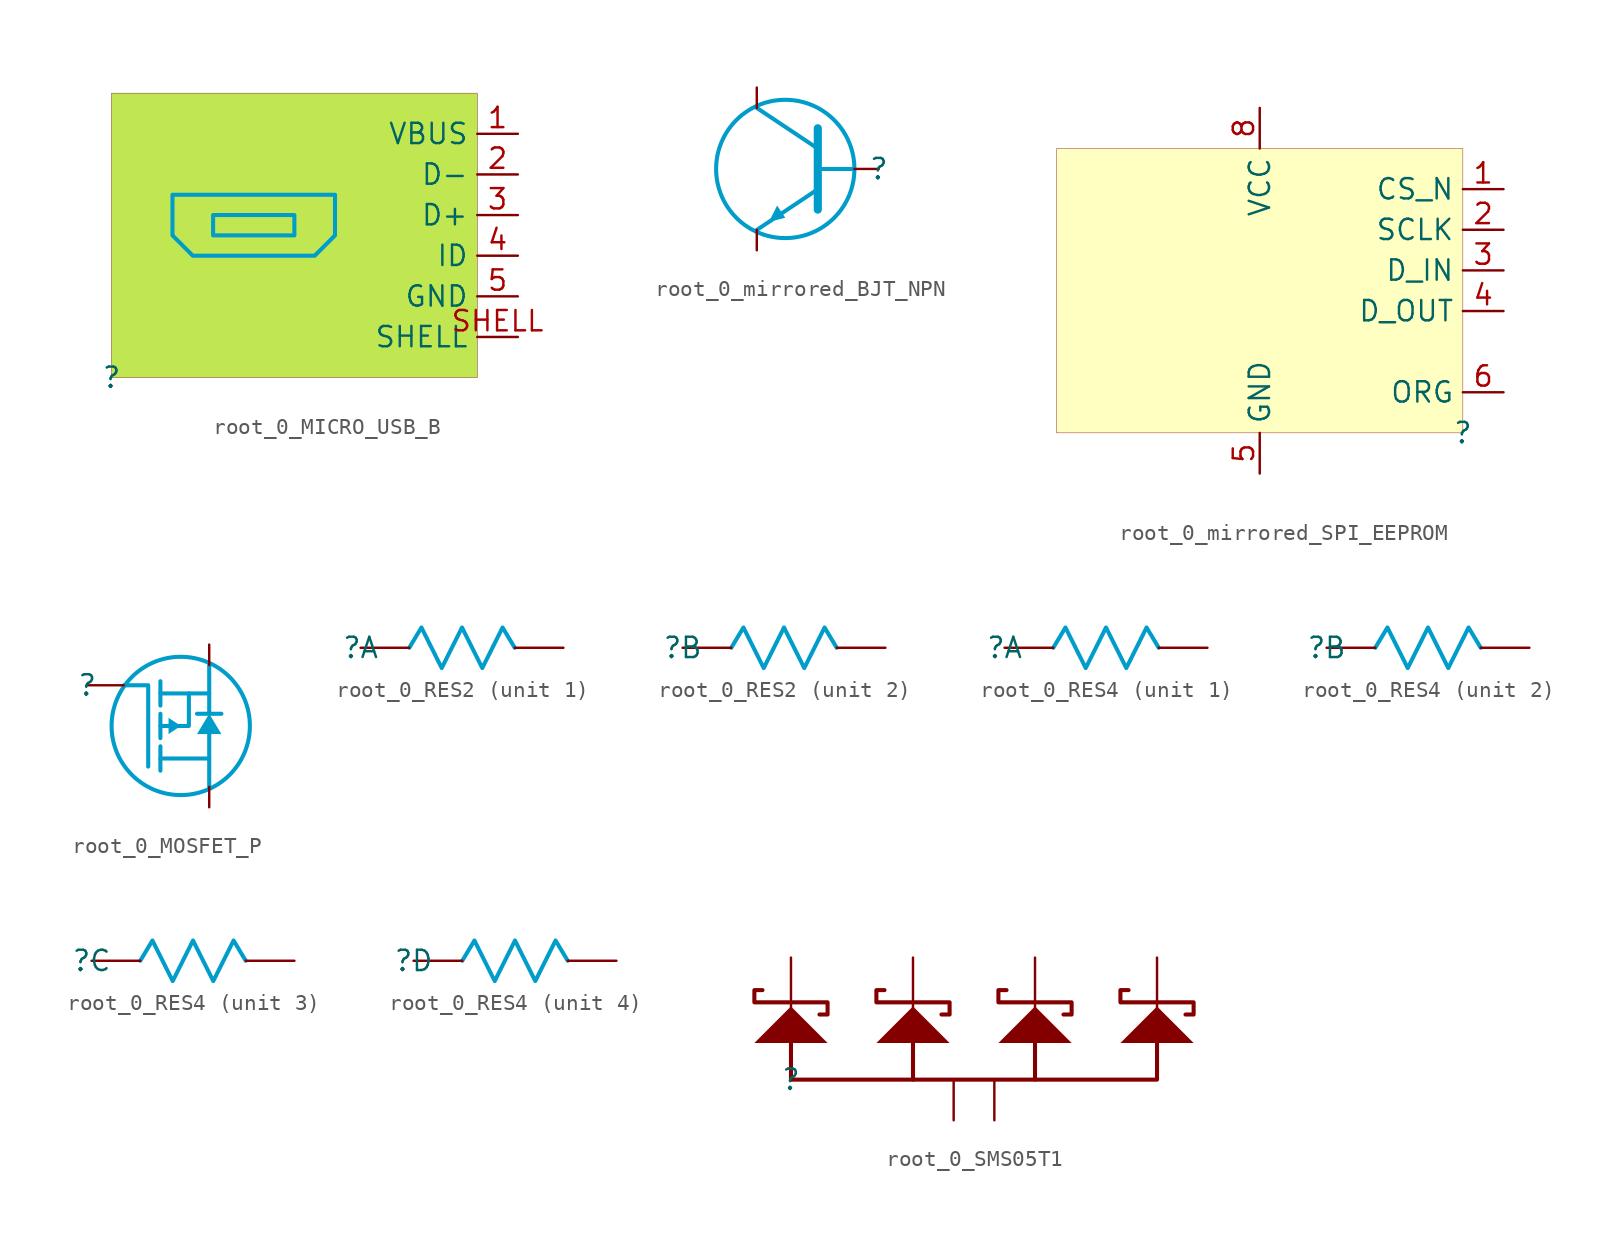
<source format=kicad_sym>
(kicad_symbol_lib
  (version 20231120)
  (generator "kicad_symbol_editor")
  (generator_version "8.0")
  (symbol "root_0_MICRO_USB_B"
    (property "Reference" ""
      (at 0 0 0)
      (effects (font (size 1.27 1.27))))
    (property "Value" ""
      (at 0 0 0)
      (effects (font (size 1.27 1.27))))
    (symbol "root_0_MICRO_USB_B_1_0"
      (polyline (pts (xy 6.35 10.16) (xy 6.35 8.89) (xy 11.43 8.89) (xy 11.43 10.16) (xy 6.35 10.16)) (stroke (width 0.254) (type solid) (color 0 156 202 1)) (fill (type none)))
      (polyline (pts (xy 5.08 7.62) (xy 12.7 7.62) (xy 13.97 8.89) (xy 13.97 11.43) (xy 3.81 11.43) (xy 3.81 8.89) (xy 5.08 7.62)) (stroke (width 0.254) (type solid) (color 0 156 202 1)) (fill (type none)))
      (rectangle (start 22.86 17.78) (end 0 0) (stroke (width 0.025) (type solid) (color 128 0 0 1)) (fill (type color) (color 192 231 82 1)))
      (pin passive line (at 25.4 15.24 180) (length 2.54) (name "VBUS" (effects (font (size 1.27 1.27)))) (number "1" (effects (font (size 1.27 1.27)))))
      (pin passive line (at 25.4 12.7 180) (length 2.54) (name "D-" (effects (font (size 1.27 1.27)))) (number "2" (effects (font (size 1.27 1.27)))))
      (pin passive line (at 25.4 10.16 180) (length 2.54) (name "D+" (effects (font (size 1.27 1.27)))) (number "3" (effects (font (size 1.27 1.27)))))
      (pin passive line (at 25.4 7.62 180) (length 2.54) (name "ID" (effects (font (size 1.27 1.27)))) (number "4" (effects (font (size 1.27 1.27)))))
      (pin passive line (at 25.4 5.08 180) (length 2.54) (name "GND" (effects (font (size 1.27 1.27)))) (number "5" (effects (font (size 1.27 1.27)))))
      (pin passive line (at 25.4 2.54 180) (length 2.54) (name "SHELL" (effects (font (size 1.27 1.27)))) (number "SHELL" (effects (font (size 1.27 1.27)))))))
  (symbol "root_0_mirrored_BJT_NPN"
    (property "Reference" ""
      (at 0 0 0)
      (effects (font (size 1.27 1.27))))
    (property "Value" ""
      (at 0 0 0)
      (effects (font (size 1.27 1.27))))
    (symbol "root_0_mirrored_BJT_NPN_1_0"
      (circle (center -5.842 0) (radius 4.318) (stroke (width 0.254) (type solid) (color 0 156 202 1)) (fill (type none)))
      (polyline (pts (xy -7.62 3.81) (xy -3.81 1.27)) (stroke (width 0.254) (type solid) (color 0 156 202 1)) (fill (type none)))
      (polyline (pts (xy -3.81 -2.54) (xy -3.81 2.54)) (stroke (width 0.508) (type solid) (color 0 156 202 1)) (fill (type none)))
      (polyline (pts (xy -3.81 -1.27) (xy -7.62 -3.81)) (stroke (width 0.254) (type solid) (color 0 156 202 1)) (fill (type none)))
      (polyline (pts (xy -1.524 0) (xy -3.81 0)) (stroke (width 0.254) (type solid) (color 0 156 202 1)) (fill (type none)))
      (polyline (pts (xy -6.858 -3.302) (xy -6.35 -2.286) (xy -5.842 -3.048) (xy -6.858 -3.302)) (stroke (width -0.0001) (type solid) (color 0 156 202 1)) (fill (type outline)))
      (pin passive line (at 0 0 180) (length 1.524) (name "B" (effects (font (size 0 0)))) (number "B" (effects (font (size 0 0)))))
      (pin passive line (at -7.62 5.08 270) (length 1.27) (name "C" (effects (font (size 0 0)))) (number "C" (effects (font (size 0 0)))))
      (pin passive line (at -7.62 -5.08 90) (length 1.27) (name "E" (effects (font (size 0 0)))) (number "E" (effects (font (size 0 0)))))))
  (symbol "root_0_mirrored_SPI_EEPROM"
    (property "Reference" ""
      (at 0 0 0)
      (effects (font (size 1.27 1.27))))
    (property "Value" ""
      (at 0 0 0)
      (effects (font (size 1.27 1.27))))
    (symbol "root_0_mirrored_SPI_EEPROM_1_0"
      (rectangle (start 0 17.78) (end -25.4 0) (stroke (width 0.025) (type solid) (color 128 0 0 1)) (fill (type background)))
      (pin passive line (at 2.54 15.24 180) (length 2.54) (name "CS_N" (effects (font (size 1.27 1.27)))) (number "1" (effects (font (size 1.27 1.27)))))
      (pin passive line (at 2.54 12.7 180) (length 2.54) (name "SCLK" (effects (font (size 1.27 1.27)))) (number "2" (effects (font (size 1.27 1.27)))))
      (pin passive line (at 2.54 10.16 180) (length 2.54) (name "D_IN" (effects (font (size 1.27 1.27)))) (number "3" (effects (font (size 1.27 1.27)))))
      (pin passive line (at 2.54 7.62 180) (length 2.54) (name "D_OUT" (effects (font (size 1.27 1.27)))) (number "4" (effects (font (size 1.27 1.27)))))
      (pin passive line (at -12.7 -2.54 90) (length 2.54) (name "GND" (effects (font (size 1.27 1.27)))) (number "5" (effects (font (size 1.27 1.27)))))
      (pin passive line (at 2.54 2.54 180) (length 2.54) (name "ORG" (effects (font (size 1.27 1.27)))) (number "6" (effects (font (size 1.27 1.27)))))
      (pin passive line (at -12.7 20.32 270) (length 2.54) (name "VCC" (effects (font (size 1.27 1.27)))) (number "8" (effects (font (size 1.27 1.27)))))))
  (symbol "root_0_MOSFET_P"
    (property "Reference" ""
      (at 0 0 0)
      (effects (font (size 1.27 1.27))))
    (property "Value" ""
      (at 0 0 0)
      (effects (font (size 1.27 1.27))))
    (symbol "root_0_MOSFET_P_1_0"
      (polyline (pts (xy 4.572 -3.81) (xy 4.572 -5.334)) (stroke (width 0.254) (type solid) (color 0 156 202 1)) (fill (type none)))
      (polyline (pts (xy 4.572 -1.778) (xy 4.572 -3.302)) (stroke (width 0.254) (type solid) (color 0 156 202 1)) (fill (type none)))
      (polyline (pts (xy 4.572 0.254) (xy 4.572 -1.27)) (stroke (width 0.254) (type solid) (color 0 156 202 1)) (fill (type none)))
      (polyline (pts (xy 7.62 -3.048) (xy 7.62 -4.572)) (stroke (width 0.254) (type solid) (color 0 156 202 1)) (fill (type none)))
      (polyline (pts (xy 7.62 -0.508) (xy 7.62 -1.778)) (stroke (width 0.254) (type solid) (color 0 156 202 1)) (fill (type none)))
      (polyline (pts (xy 8.382 -1.778) (xy 6.858 -1.778)) (stroke (width 0.254) (type solid) (color 0 156 202 1)) (fill (type none)))
      (polyline (pts (xy 2.286 0) (xy 3.81 0) (xy 3.81 -5.08)) (stroke (width 0.254) (type solid) (color 0 156 202 1)) (fill (type none)))
      (polyline (pts (xy 4.572 -4.572) (xy 7.62 -4.572) (xy 7.62 -6.35)) (stroke (width 0.254) (type solid) (color 0 156 202 1)) (fill (type none)))
      (polyline (pts (xy 4.572 -2.54) (xy 6.35 -2.54) (xy 6.35 -0.508)) (stroke (width 0.254) (type solid) (color 0 156 202 1)) (fill (type none)))
      (polyline (pts (xy 4.572 -0.508) (xy 7.62 -0.508) (xy 7.62 1.27)) (stroke (width 0.254) (type solid) (color 0 156 202 1)) (fill (type none)))
      (polyline (pts (xy 5.08 -2.032) (xy 5.08 -3.048) (xy 5.842 -2.54) (xy 5.08 -2.032)) (stroke (width -0.0001) (type solid) (color 0 156 202 1)) (fill (type outline)))
      (polyline (pts (xy 6.858 -3.048) (xy 7.62 -1.778) (xy 8.382 -3.048) (xy 6.858 -3.048)) (stroke (width -0.0001) (type solid) (color 0 156 202 1)) (fill (type outline)))
      (circle (center 5.842 -2.54) (radius 4.318) (stroke (width 0.254) (type solid) (color 0 156 202 1)) (fill (type none)))
      (pin passive line (at 7.62 -7.62 90) (length 1.27) (name "D" (effects (font (size 0 0)))) (number "D" (effects (font (size 0 0)))))
      (pin passive line (at 0 0 0) (length 2.286) (name "G" (effects (font (size 0 0)))) (number "G" (effects (font (size 0 0)))))
      (pin passive line (at 7.62 2.54 270) (length 1.27) (name "S" (effects (font (size 0 0)))) (number "S" (effects (font (size 0 0)))))))
  (symbol "root_0_RES2"
    (property "Reference" ""
      (at 0 0 0)
      (effects (font (size 1.27 1.27))))
    (property "Value" ""
      (at 0 0 0)
      (effects (font (size 1.27 1.27))))
    (symbol "root_0_RES2_1_0"
      (polyline (pts (xy 3.048 0) (xy 3.81 1.27) (xy 5.08 -1.27) (xy 6.35 1.27) (xy 7.62 -1.27) (xy 8.89 1.27) (xy 9.652 0)) (stroke (width 0.254) (type solid) (color 0 156 202 1)) (fill (type none)))
      (pin passive line (at 0 0 0) (length 3.048) (name "1" (effects (font (size 0 0)))) (number "1" (effects (font (size 0 0)))))
      (pin passive line (at 12.7 0 180) (length 3.048) (name "4" (effects (font (size 0 0)))) (number "4" (effects (font (size 0 0))))))
    (symbol "root_0_RES2_2_0"
      (polyline (pts (xy 3.048 0) (xy 3.81 1.27) (xy 5.08 -1.27) (xy 6.35 1.27) (xy 7.62 -1.27) (xy 8.89 1.27) (xy 9.652 0)) (stroke (width 0.254) (type solid) (color 0 156 202 1)) (fill (type none)))
      (pin passive line (at 0 0 0) (length 3.048) (name "2" (effects (font (size 0 0)))) (number "2" (effects (font (size 0 0)))))
      (pin passive line (at 12.7 0 180) (length 3.048) (name "3" (effects (font (size 0 0)))) (number "3" (effects (font (size 0 0)))))))
  (symbol "root_0_RES4"
    (property "Reference" ""
      (at 0 0 0)
      (effects (font (size 1.27 1.27))))
    (property "Value" ""
      (at 0 0 0)
      (effects (font (size 1.27 1.27))))
    (symbol "root_0_RES4_1_0"
      (polyline (pts (xy 3.048 0) (xy 3.81 1.27) (xy 5.08 -1.27) (xy 6.35 1.27) (xy 7.62 -1.27) (xy 8.89 1.27) (xy 9.652 0)) (stroke (width 0.254) (type solid) (color 0 156 202 1)) (fill (type none)))
      (pin passive line (at 0 0 0) (length 3.048) (name "1" (effects (font (size 0 0)))) (number "1" (effects (font (size 0 0)))))
      (pin passive line (at 12.7 0 180) (length 3.048) (name "8" (effects (font (size 0 0)))) (number "8" (effects (font (size 0 0))))))
    (symbol "root_0_RES4_2_0"
      (polyline (pts (xy 3.048 0) (xy 3.81 1.27) (xy 5.08 -1.27) (xy 6.35 1.27) (xy 7.62 -1.27) (xy 8.89 1.27) (xy 9.652 0)) (stroke (width 0.254) (type solid) (color 0 156 202 1)) (fill (type none)))
      (pin passive line (at 0 0 0) (length 3.048) (name "2" (effects (font (size 0 0)))) (number "2" (effects (font (size 0 0)))))
      (pin passive line (at 12.7 0 180) (length 3.048) (name "7" (effects (font (size 0 0)))) (number "7" (effects (font (size 0 0))))))
    (symbol "root_0_RES4_3_0"
      (polyline (pts (xy 3.048 0) (xy 3.81 1.27) (xy 5.08 -1.27) (xy 6.35 1.27) (xy 7.62 -1.27) (xy 8.89 1.27) (xy 9.652 0)) (stroke (width 0.254) (type solid) (color 0 156 202 1)) (fill (type none)))
      (pin passive line (at 0 0 0) (length 3.048) (name "3" (effects (font (size 0 0)))) (number "3" (effects (font (size 0 0)))))
      (pin passive line (at 12.7 0 180) (length 3.048) (name "6" (effects (font (size 0 0)))) (number "6" (effects (font (size 0 0))))))
    (symbol "root_0_RES4_4_0"
      (polyline (pts (xy 3.048 0) (xy 3.81 1.27) (xy 5.08 -1.27) (xy 6.35 1.27) (xy 7.62 -1.27) (xy 8.89 1.27) (xy 9.652 0)) (stroke (width 0.254) (type solid) (color 0 156 202 1)) (fill (type none)))
      (pin passive line (at 0 0 0) (length 3.048) (name "4" (effects (font (size 0 0)))) (number "4" (effects (font (size 0 0)))))
      (pin passive line (at 12.7 0 180) (length 3.048) (name "5" (effects (font (size 0 0)))) (number "5" (effects (font (size 0 0)))))))
  (symbol "root_0_SMS05T1"
    (property "Reference" ""
      (at 0 0 0)
      (effects (font (size 1.27 1.27))))
    (property "Value" ""
      (at 0 0 0)
      (effects (font (size 1.27 1.27))))
    (symbol "root_0_SMS05T1_1_0"
      (polyline (pts (xy 0 2.54) (xy 0 0)) (stroke (width 0.254) (type solid)) (fill (type none)))
      (polyline (pts (xy 7.62 2.54) (xy 7.62 0)) (stroke (width 0.254) (type solid)) (fill (type none)))
      (polyline (pts (xy 15.24 2.54) (xy 15.24 0)) (stroke (width 0.254) (type solid)) (fill (type none)))
      (polyline (pts (xy 22.86 2.54) (xy 22.86 0) (xy 0 0)) (stroke (width 0.254) (type solid)) (fill (type none)))
      (polyline (pts (xy -2.286 2.286) (xy 0 4.572) (xy 2.286 2.286) (xy -2.286 2.286)) (stroke (width -0.0001) (type solid)) (fill (type outline)))
      (polyline (pts (xy 5.334 2.286) (xy 7.62 4.572) (xy 9.906 2.286) (xy 5.334 2.286)) (stroke (width -0.0001) (type solid)) (fill (type outline)))
      (polyline (pts (xy 12.954 2.286) (xy 15.24 4.572) (xy 17.526 2.286) (xy 12.954 2.286)) (stroke (width -0.0001) (type solid)) (fill (type outline)))
      (polyline (pts (xy 20.574 2.286) (xy 22.86 4.572) (xy 25.146 2.286) (xy 20.574 2.286)) (stroke (width -0.0001) (type solid)) (fill (type outline)))
      (polyline (pts (xy 1.778 4.064) (xy 2.286 4.064) (xy 2.286 4.826) (xy -2.286 4.826) (xy -2.286 5.588) (xy -1.778 5.588) (xy -2.286 5.588) (xy -2.286 4.826) (xy 2.286 4.826) (xy 2.286 4.064) (xy 1.778 4.064) (xy 1.778 4.064)) (stroke (width 0.254) (type solid)) (fill (type background)))
      (polyline (pts (xy 9.398 4.064) (xy 9.906 4.064) (xy 9.906 4.826) (xy 5.334 4.826) (xy 5.334 5.588) (xy 5.842 5.588) (xy 5.334 5.588) (xy 5.334 4.826) (xy 9.906 4.826) (xy 9.906 4.064) (xy 9.398 4.064) (xy 9.398 4.064)) (stroke (width 0.254) (type solid)) (fill (type background)))
      (polyline (pts (xy 17.018 4.064) (xy 17.526 4.064) (xy 17.526 4.826) (xy 12.954 4.826) (xy 12.954 5.588) (xy 13.462 5.588) (xy 12.954 5.588) (xy 12.954 4.826) (xy 17.526 4.826) (xy 17.526 4.064) (xy 17.018 4.064) (xy 17.018 4.064)) (stroke (width 0.254) (type solid)) (fill (type background)))
      (polyline (pts (xy 24.638 4.064) (xy 25.146 4.064) (xy 25.146 4.826) (xy 20.574 4.826) (xy 20.574 5.588) (xy 21.082 5.588) (xy 20.574 5.588) (xy 20.574 4.826) (xy 25.146 4.826) (xy 25.146 4.064) (xy 24.638 4.064) (xy 24.638 4.064)) (stroke (width 0.254) (type solid)) (fill (type background)))
      (pin passive line (at 0 7.62 270) (length 3.81) (name "K" (effects (font (size 0 0)))) (number "1" (effects (font (size 0 0)))))
      (pin passive line (at 10.16 -2.54 90) (length 2.54) (name "A" (effects (font (size 0 0)))) (number "2" (effects (font (size 0 0)))))
      (pin passive line (at 7.62 7.62 270) (length 3.81) (name "K" (effects (font (size 0 0)))) (number "3" (effects (font (size 0 0)))))
      (pin passive line (at 15.24 7.62 270) (length 3.81) (name "K" (effects (font (size 0 0)))) (number "4" (effects (font (size 0 0)))))
      (pin passive line (at 12.7 -2.54 90) (length 2.54) (name "A" (effects (font (size 0 0)))) (number "5" (effects (font (size 0 0)))))
      (pin passive line (at 22.86 7.62 270) (length 3.81) (name "K" (effects (font (size 0 0)))) (number "6" (effects (font (size 0 0))))))))
</source>
